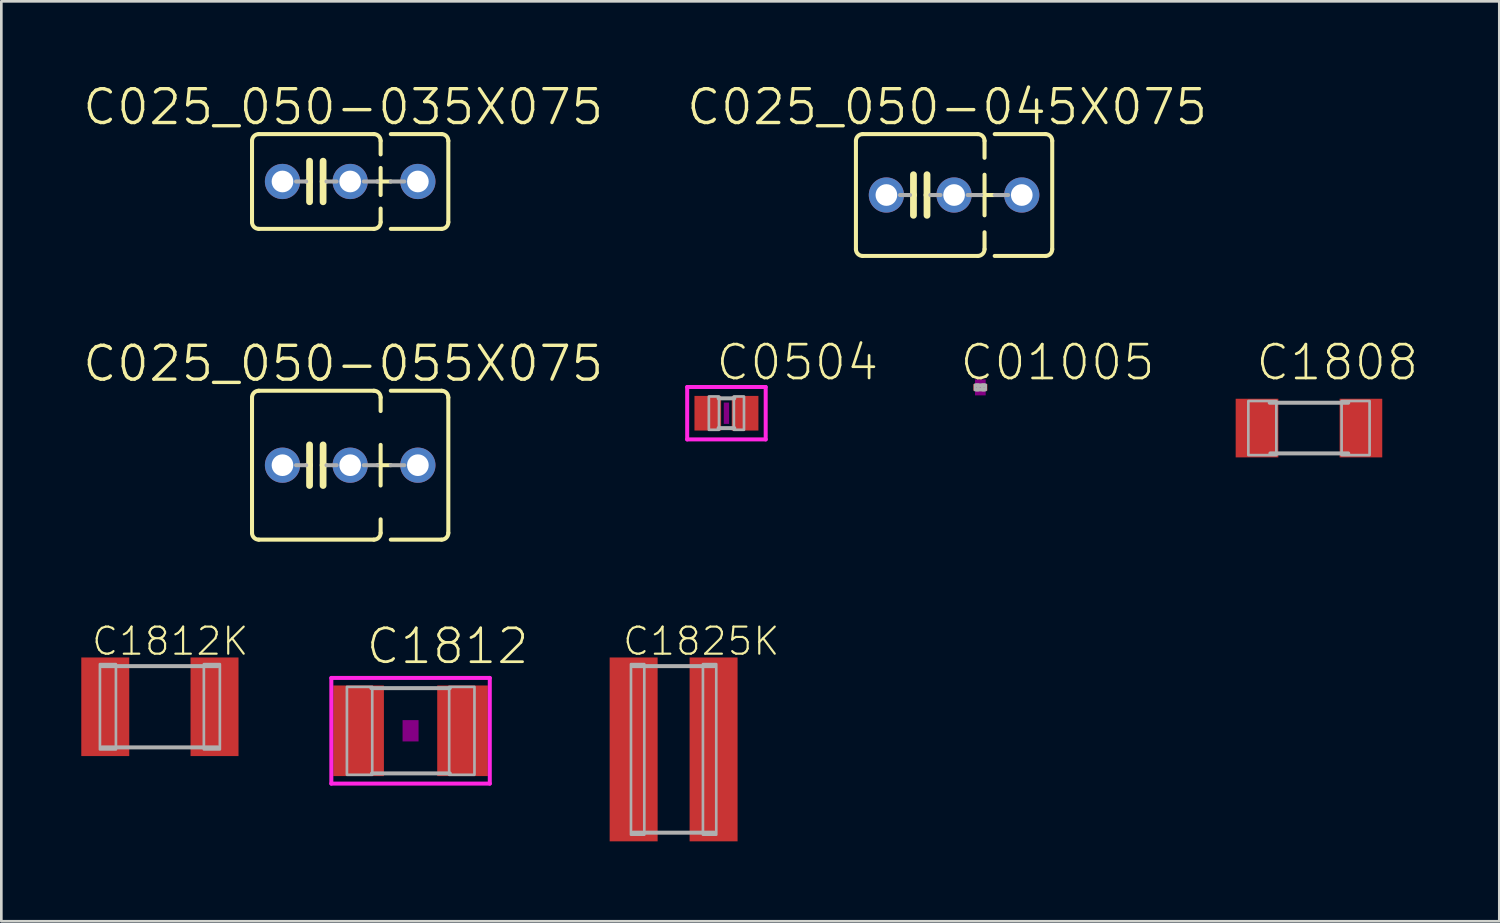
<source format=kicad_pcb>
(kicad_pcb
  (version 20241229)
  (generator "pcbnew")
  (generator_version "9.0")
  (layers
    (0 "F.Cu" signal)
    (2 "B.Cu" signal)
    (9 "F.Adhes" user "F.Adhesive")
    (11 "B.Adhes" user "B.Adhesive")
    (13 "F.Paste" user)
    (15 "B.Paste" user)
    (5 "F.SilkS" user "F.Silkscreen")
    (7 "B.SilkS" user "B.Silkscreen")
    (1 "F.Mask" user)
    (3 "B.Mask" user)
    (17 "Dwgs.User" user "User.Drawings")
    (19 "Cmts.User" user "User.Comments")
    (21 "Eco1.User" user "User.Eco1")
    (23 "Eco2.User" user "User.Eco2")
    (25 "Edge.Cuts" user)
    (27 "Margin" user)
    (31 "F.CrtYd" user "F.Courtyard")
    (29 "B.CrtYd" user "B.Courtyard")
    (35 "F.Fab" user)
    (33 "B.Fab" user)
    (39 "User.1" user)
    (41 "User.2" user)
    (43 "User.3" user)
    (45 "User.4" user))
  (footprint "C0504"
    (layer "F.Cu")
    (at 24.209 12.456)
    (property "Reference" "C0504" (at 2.661 -1.905 0) (layer "F.SilkS") (effects (font (size 1.27 1.27) (thickness 0.102))))
    (attr through_hole)
    (fp_poly (pts (xy -0.1 -0.4) (xy 0.1 -0.4) (xy 0.1 0.4) (xy -0.1 0.4)) (stroke (width 0) (type solid)) (fill yes) (layer "F.Adhes"))
    (fp_line (start -1.473 -0.983) (end 1.473 -0.983) (stroke (width 0.15) (type solid)) (layer "F.CrtYd"))
    (fp_line (start -1.473 0.983) (end -1.473 -0.983) (stroke (width 0.15) (type solid)) (layer "F.CrtYd"))
    (fp_line (start 1.473 -0.983) (end 1.473 0.983) (stroke (width 0.15) (type solid)) (layer "F.CrtYd"))
    (fp_line (start 1.473 0.983) (end -1.473 0.983) (stroke (width 0.15) (type solid)) (layer "F.CrtYd"))
    (fp_line (start -0.294 -0.559) (end 0.294 -0.559) (stroke (width 0.15) (type solid)) (layer "F.Fab"))
    (fp_line (start -0.294 0.559) (end 0.294 0.559) (stroke (width 0.15) (type solid)) (layer "F.Fab"))
    (fp_poly (pts (xy -0.66 -0.628) (xy -0.28 -0.628) (xy -0.28 0.622) (xy -0.66 0.622)) (stroke (width 0.1) (type solid)) (fill no) (layer "F.Fab"))
    (fp_poly (pts (xy 0.279 -0.628) (xy 0.659 -0.628) (xy 0.659 0.622) (xy 0.279 0.622)) (stroke (width 0.1) (type solid)) (fill no) (layer "F.Fab"))
    (pad "1" smd rect (at -0.7 0) (size 1 1.3) (layers "F.Cu" "F.Mask" "F.Paste"))
    (pad "2" smd rect (at 0.7 0) (size 1 1.3) (layers "F.Cu" "F.Mask" "F.Paste")))
  (footprint "C1825K"
    (layer "F.Cu")
    (at 22.227 25.071)
    (property "Reference" "C1825K" (at 1.037 -4.058 0) (layer "F.SilkS") (effects (font (size 1.016 1.016) (thickness 0.081))))
    (attr through_hole)
    (fp_line (start -1.525 -3.125) (end 1.525 -3.125) (stroke (width 0.15) (type solid)) (layer "F.Fab"))
    (fp_line (start 1.525 3.125) (end -1.525 3.125) (stroke (width 0.15) (type solid)) (layer "F.Fab"))
    (fp_poly (pts (xy -1.6 -3.2) (xy -1.1 -3.2) (xy -1.1 3.2) (xy -1.6 3.2)) (stroke (width 0.1) (type solid)) (fill no) (layer "F.Fab"))
    (fp_poly (pts (xy 1.1 -3.2) (xy 1.6 -3.2) (xy 1.6 3.2) (xy 1.1 3.2)) (stroke (width 0.1) (type solid)) (fill no) (layer "F.Fab"))
    (pad "1" smd rect (at -1.5 0) (size 1.8 6.9) (layers "F.Cu" "F.Mask" "F.Paste"))
    (pad "2" smd rect (at 1.5 0) (size 1.8 6.9) (layers "F.Cu" "F.Mask" "F.Paste")))
  (footprint "C1812K"
    (layer "F.Cu")
    (at 2.95 23.471)
    (property "Reference" "C1812K" (at 0.387 -2.458 0) (layer "F.SilkS") (effects (font (size 1.016 1.016) (thickness 0.081))))
    (attr through_hole)
    (fp_line (start -2.175 -1.525) (end 2.175 -1.525) (stroke (width 0.15) (type solid)) (layer "F.Fab"))
    (fp_line (start 2.175 1.525) (end -2.175 1.525) (stroke (width 0.15) (type solid)) (layer "F.Fab"))
    (fp_poly (pts (xy -2.25 -1.6) (xy -1.65 -1.6) (xy -1.65 1.6) (xy -2.25 1.6)) (stroke (width 0.1) (type solid)) (fill no) (layer "F.Fab"))
    (fp_poly (pts (xy 1.65 -1.6) (xy 2.25 -1.6) (xy 2.25 1.6) (xy 1.65 1.6)) (stroke (width 0.1) (type solid)) (fill no) (layer "F.Fab"))
    (pad "1" smd rect (at -2.05 0) (size 1.8 3.7) (layers "F.Cu" "F.Mask" "F.Paste"))
    (pad "2" smd rect (at 2.05 0) (size 1.8 3.7) (layers "F.Cu" "F.Mask" "F.Paste")))
  (footprint "C025_050-035X075"
    (layer "F.Cu")
    (at 8.82 3.76)
    (property "Reference" "C025_050-035X075" (at 1.01 -2.794 0) (layer "F.SilkS") (effects (font (size 1.27 1.27) (thickness 0.127))))
    (attr through_hole)
    (fp_line (start -2.413 -1.524) (end -2.413 1.524) (stroke (width 0.152) (type solid)) (layer "F.SilkS"))
    (fp_line (start -2.159 -1.778) (end 2.159 -1.778) (stroke (width 0.152) (type solid)) (layer "F.SilkS"))
    (fp_line (start -0.254 -0.762) (end -0.254 0) (stroke (width 0.254) (type solid)) (layer "F.SilkS"))
    (fp_line (start -0.254 0) (end -0.381 0) (stroke (width 0.152) (type solid)) (layer "F.SilkS"))
    (fp_line (start -0.254 0) (end -0.254 0.762) (stroke (width 0.254) (type solid)) (layer "F.SilkS"))
    (fp_line (start 0.254 0) (end 0.254 -0.762) (stroke (width 0.254) (type solid)) (layer "F.SilkS"))
    (fp_line (start 0.254 0) (end 0.254 0.762) (stroke (width 0.254) (type solid)) (layer "F.SilkS"))
    (fp_line (start 0.381 0) (end 0.254 0) (stroke (width 0.152) (type solid)) (layer "F.SilkS"))
    (fp_line (start 2.159 1.778) (end -2.159 1.778) (stroke (width 0.152) (type solid)) (layer "F.SilkS"))
    (fp_line (start 2.286 0) (end 2.794 0) (stroke (width 0.152) (type solid)) (layer "F.SilkS"))
    (fp_line (start 2.413 -1.524) (end 2.413 -1.016) (stroke (width 0.152) (type solid)) (layer "F.SilkS"))
    (fp_line (start 2.413 -0.508) (end 2.413 0.508) (stroke (width 0.152) (type solid)) (layer "F.SilkS"))
    (fp_line (start 2.413 1.016) (end 2.413 1.524) (stroke (width 0.152) (type solid)) (layer "F.SilkS"))
    (fp_line (start 2.794 -1.778) (end 4.699 -1.778) (stroke (width 0.152) (type solid)) (layer "F.SilkS"))
    (fp_line (start 4.699 1.778) (end 2.794 1.778) (stroke (width 0.152) (type solid)) (layer "F.SilkS"))
    (fp_line (start 4.953 -1.524) (end 4.953 1.524) (stroke (width 0.152) (type solid)) (layer "F.SilkS"))
    (fp_arc (start -2.413 -1.524) (mid -2.338605 -1.703605) (end -2.159 -1.778) (stroke (width 0.1524) (type solid)) (layer "F.SilkS"))
    (fp_arc (start -2.159 1.778) (mid -2.338605 1.703605) (end -2.413 1.524) (stroke (width 0.1524) (type solid)) (layer "F.SilkS"))
    (fp_arc (start 2.159 -1.778) (mid 2.338605 -1.703605) (end 2.413 -1.524) (stroke (width 0.1524) (type solid)) (layer "F.SilkS"))
    (fp_arc (start 2.413 1.524) (mid 2.338605 1.703605) (end 2.159 1.778) (stroke (width 0.1524) (type solid)) (layer "F.SilkS"))
    (fp_arc (start 4.699 -1.778) (mid 4.878605 -1.703605) (end 4.953 -1.524) (stroke (width 0.1524) (type solid)) (layer "F.SilkS"))
    (fp_arc (start 4.953 1.524) (mid 4.878605 1.703605) (end 4.699 1.778) (stroke (width 0.1524) (type solid)) (layer "F.SilkS"))
    (fp_line (start -0.381 0) (end -0.762 0) (stroke (width 0.152) (type solid)) (layer "F.Fab"))
    (fp_line (start 0.381 0) (end 0.762 0) (stroke (width 0.152) (type solid)) (layer "F.Fab"))
    (fp_line (start 2.286 0) (end 1.778 0) (stroke (width 0.152) (type solid)) (layer "F.Fab"))
    (fp_line (start 2.794 0) (end 3.302 0) (stroke (width 0.152) (type solid)) (layer "F.Fab"))
    (pad "1" thru_hole circle (at -1.27 0) (size 1.321 1.321) (drill 0.813) (layers "*.Cu" "*.Mask"))
    (pad "2" thru_hole circle (at 1.27 0) (size 1.321 1.321) (drill 0.813) (layers "*.Cu" "*.Mask"))
    (pad "3" thru_hole circle (at 3.81 0) (size 1.321 1.321) (drill 0.813) (layers "*.Cu" "*.Mask")))
  (footprint "C01005"
    (layer "F.Cu")
    (at 33.737 11.486)
    (property "Reference" "C01005" (at 2.896 -0.935 0) (layer "F.SilkS") (effects (font (size 1.27 1.27) (thickness 0.102))))
    (attr through_hole)
    (fp_poly (pts (xy -0.2 -0.3) (xy 0.2 -0.3) (xy 0.2 0.3) (xy -0.2 0.3)) (stroke (width 0) (type solid)) (fill yes) (layer "F.Adhes"))
    (fp_poly (pts (xy -0.2 -0.1) (xy -0.075 -0.1) (xy -0.075 0.1) (xy -0.2 0.1)) (stroke (width 0.1) (type solid)) (fill no) (layer "F.Fab"))
    (fp_poly (pts (xy -0.15 -0.1) (xy 0.15 -0.1) (xy 0.15 -0.05) (xy -0.15 -0.05)) (stroke (width 0.1) (type solid)) (fill no) (layer "F.Fab"))
    (fp_poly (pts (xy -0.15 0.05) (xy 0.15 0.05) (xy 0.15 0.1) (xy -0.15 0.1)) (stroke (width 0.1) (type solid)) (fill no) (layer "F.Fab"))
    (fp_poly (pts (xy 0.075 -0.1) (xy 0.2 -0.1) (xy 0.2 0.1) (xy 0.075 0.1)) (stroke (width 0.1) (type solid)) (fill no) (layer "F.Fab"))
    (pad "1" smd rect (at -0.163 0) (size 0.2 0.25) (layers "F.Cu" "F.Mask" "F.Paste"))
    (pad "2" smd rect (at 0.163 0) (size 0.2 0.25) (layers "F.Cu" "F.Mask" "F.Paste")))
  (footprint "C025_050-055X075"
    (layer "F.Cu")
    (at 8.82 14.406)
    (property "Reference" "C025_050-055X075" (at 1.01 -3.81 0) (layer "F.SilkS") (effects (font (size 1.27 1.27) (thickness 0.127))))
    (attr through_hole)
    (fp_line (start -2.413 -2.54) (end -2.413 2.54) (stroke (width 0.152) (type solid)) (layer "F.SilkS"))
    (fp_line (start -2.159 -2.794) (end 2.159 -2.794) (stroke (width 0.152) (type solid)) (layer "F.SilkS"))
    (fp_line (start -0.254 -0.762) (end -0.254 0) (stroke (width 0.254) (type solid)) (layer "F.SilkS"))
    (fp_line (start -0.254 0) (end -0.381 0) (stroke (width 0.152) (type solid)) (layer "F.SilkS"))
    (fp_line (start -0.254 0) (end -0.254 0.762) (stroke (width 0.254) (type solid)) (layer "F.SilkS"))
    (fp_line (start 0.254 0) (end 0.254 -0.762) (stroke (width 0.254) (type solid)) (layer "F.SilkS"))
    (fp_line (start 0.254 0) (end 0.254 0.762) (stroke (width 0.254) (type solid)) (layer "F.SilkS"))
    (fp_line (start 0.381 0) (end 0.254 0) (stroke (width 0.152) (type solid)) (layer "F.SilkS"))
    (fp_line (start 2.159 2.794) (end -2.159 2.794) (stroke (width 0.152) (type solid)) (layer "F.SilkS"))
    (fp_line (start 2.286 0) (end 2.794 0) (stroke (width 0.152) (type solid)) (layer "F.SilkS"))
    (fp_line (start 2.413 -2.54) (end 2.413 -2.032) (stroke (width 0.152) (type solid)) (layer "F.SilkS"))
    (fp_line (start 2.413 -0.762) (end 2.413 0.762) (stroke (width 0.152) (type solid)) (layer "F.SilkS"))
    (fp_line (start 2.413 2.032) (end 2.413 2.54) (stroke (width 0.152) (type solid)) (layer "F.SilkS"))
    (fp_line (start 2.794 -2.794) (end 4.699 -2.794) (stroke (width 0.152) (type solid)) (layer "F.SilkS"))
    (fp_line (start 4.699 2.794) (end 2.794 2.794) (stroke (width 0.152) (type solid)) (layer "F.SilkS"))
    (fp_line (start 4.953 -2.54) (end 4.953 2.54) (stroke (width 0.152) (type solid)) (layer "F.SilkS"))
    (fp_arc (start -2.413 -2.54) (mid -2.338605 -2.719605) (end -2.159 -2.794) (stroke (width 0.1524) (type solid)) (layer "F.SilkS"))
    (fp_arc (start -2.159 2.794) (mid -2.338605 2.719605) (end -2.413 2.54) (stroke (width 0.1524) (type solid)) (layer "F.SilkS"))
    (fp_arc (start 2.159 -2.794) (mid 2.338605 -2.719605) (end 2.413 -2.54) (stroke (width 0.1524) (type solid)) (layer "F.SilkS"))
    (fp_arc (start 2.413 2.54) (mid 2.338605 2.719605) (end 2.159 2.794) (stroke (width 0.1524) (type solid)) (layer "F.SilkS"))
    (fp_arc (start 4.699 -2.794) (mid 4.878605 -2.719605) (end 4.953 -2.54) (stroke (width 0.1524) (type solid)) (layer "F.SilkS"))
    (fp_arc (start 4.953 2.54) (mid 4.878605 2.719605) (end 4.699 2.794) (stroke (width 0.1524) (type solid)) (layer "F.SilkS"))
    (fp_line (start -0.381 0) (end -0.762 0) (stroke (width 0.152) (type solid)) (layer "F.Fab"))
    (fp_line (start 0.381 0) (end 0.762 0) (stroke (width 0.152) (type solid)) (layer "F.Fab"))
    (fp_line (start 1.778 0) (end 2.286 0) (stroke (width 0.152) (type solid)) (layer "F.Fab"))
    (fp_line (start 2.794 0) (end 3.302 0) (stroke (width 0.152) (type solid)) (layer "F.Fab"))
    (pad "1" thru_hole circle (at -1.27 0) (size 1.321 1.321) (drill 0.813) (layers "*.Cu" "*.Mask"))
    (pad "2" thru_hole circle (at 1.27 0) (size 1.321 1.321) (drill 0.813) (layers "*.Cu" "*.Mask"))
    (pad "3" thru_hole circle (at 3.81 0) (size 1.321 1.321) (drill 0.813) (layers "*.Cu" "*.Mask")))
  (footprint "C1812"
    (layer "F.Cu")
    (at 12.356 24.372)
    (property "Reference" "C1812" (at 1.391 -3.175 0) (layer "F.SilkS") (effects (font (size 1.27 1.27) (thickness 0.102))))
    (attr through_hole)
    (fp_poly (pts (xy -0.3 -0.4) (xy 0.3 -0.4) (xy 0.3 0.4) (xy -0.3 0.4)) (stroke (width 0) (type solid)) (fill yes) (layer "F.Adhes"))
    (fp_line (start -2.973 -1.983) (end 2.973 -1.983) (stroke (width 0.15) (type solid)) (layer "F.CrtYd"))
    (fp_line (start -2.973 1.983) (end -2.973 -1.983) (stroke (width 0.15) (type solid)) (layer "F.CrtYd"))
    (fp_line (start 2.973 -1.983) (end 2.973 1.983) (stroke (width 0.15) (type solid)) (layer "F.CrtYd"))
    (fp_line (start 2.973 1.983) (end -2.973 1.983) (stroke (width 0.15) (type solid)) (layer "F.CrtYd"))
    (fp_line (start -1.473 -1.6) (end 1.473 -1.6) (stroke (width 0.15) (type solid)) (layer "F.Fab"))
    (fp_line (start -1.448 1.6) (end 1.473 1.6) (stroke (width 0.15) (type solid)) (layer "F.Fab"))
    (fp_poly (pts (xy -2.388 -1.649) (xy -1.438 -1.649) (xy -1.438 1.651) (xy -2.388 1.651)) (stroke (width 0.1) (type solid)) (fill no) (layer "F.Fab"))
    (fp_poly (pts (xy 1.448 -1.649) (xy 2.398 -1.649) (xy 2.398 1.651) (xy 1.448 1.651)) (stroke (width 0.1) (type solid)) (fill no) (layer "F.Fab"))
    (pad "1" smd rect (at -1.95 0) (size 1.9 3.4) (layers "F.Cu" "F.Mask" "F.Paste"))
    (pad "2" smd rect (at 1.95 0) (size 1.9 3.4) (layers "F.Cu" "F.Mask" "F.Paste")))
  (footprint "C1808"
    (layer "F.Cu")
    (at 46.068 13.013)
    (property "Reference" "C1808" (at 1.063 -2.462 0) (layer "F.SilkS") (effects (font (size 1.27 1.27) (thickness 0.102))))
    (attr through_hole)
    (fp_line (start -1.473 -0.95) (end 1.473 -0.95) (stroke (width 0.15) (type solid)) (layer "F.Fab"))
    (fp_line (start -1.448 0.95) (end 1.473 0.95) (stroke (width 0.15) (type solid)) (layer "F.Fab"))
    (fp_poly (pts (xy -2.275 -1.015) (xy -1.225 -1.015) (xy -1.225 1.015) (xy -2.275 1.015)) (stroke (width 0.1) (type solid)) (fill no) (layer "F.Fab"))
    (fp_poly (pts (xy 1.225 -1.015) (xy 2.275 -1.015) (xy 2.275 1.015) (xy 1.225 1.015)) (stroke (width 0.1) (type solid)) (fill no) (layer "F.Fab"))
    (pad "1" smd rect (at -1.95 0) (size 1.6 2.2) (layers "F.Cu" "F.Mask" "F.Paste"))
    (pad "2" smd rect (at 1.95 0) (size 1.6 2.2) (layers "F.Cu" "F.Mask" "F.Paste")))
  (footprint "C025_050-045X075"
    (layer "F.Cu")
    (at 31.481 4.268)
    (property "Reference" "C025_050-045X075" (at 1.01 -3.302 0) (layer "F.SilkS") (effects (font (size 1.27 1.27) (thickness 0.127))))
    (attr through_hole)
    (fp_line (start -2.413 -2.032) (end -2.413 2.032) (stroke (width 0.152) (type solid)) (layer "F.SilkS"))
    (fp_line (start -2.159 -2.286) (end 2.159 -2.286) (stroke (width 0.152) (type solid)) (layer "F.SilkS"))
    (fp_line (start -0.254 -0.762) (end -0.254 0) (stroke (width 0.254) (type solid)) (layer "F.SilkS"))
    (fp_line (start -0.254 0) (end -0.381 0) (stroke (width 0.152) (type solid)) (layer "F.SilkS"))
    (fp_line (start -0.254 0) (end -0.254 0.762) (stroke (width 0.254) (type solid)) (layer "F.SilkS"))
    (fp_line (start 0.254 0) (end 0.254 -0.762) (stroke (width 0.254) (type solid)) (layer "F.SilkS"))
    (fp_line (start 0.254 0) (end 0.254 0.762) (stroke (width 0.254) (type solid)) (layer "F.SilkS"))
    (fp_line (start 0.381 0) (end 0.254 0) (stroke (width 0.152) (type solid)) (layer "F.SilkS"))
    (fp_line (start 2.159 2.286) (end -2.159 2.286) (stroke (width 0.152) (type solid)) (layer "F.SilkS"))
    (fp_line (start 2.286 0) (end 2.794 0) (stroke (width 0.152) (type solid)) (layer "F.SilkS"))
    (fp_line (start 2.413 -2.032) (end 2.413 -1.397) (stroke (width 0.152) (type solid)) (layer "F.SilkS"))
    (fp_line (start 2.413 -0.762) (end 2.413 0.762) (stroke (width 0.152) (type solid)) (layer "F.SilkS"))
    (fp_line (start 2.413 1.397) (end 2.413 2.032) (stroke (width 0.152) (type solid)) (layer "F.SilkS"))
    (fp_line (start 2.794 -2.286) (end 4.699 -2.286) (stroke (width 0.152) (type solid)) (layer "F.SilkS"))
    (fp_line (start 4.699 2.286) (end 2.794 2.286) (stroke (width 0.152) (type solid)) (layer "F.SilkS"))
    (fp_line (start 4.953 -2.032) (end 4.953 2.032) (stroke (width 0.152) (type solid)) (layer "F.SilkS"))
    (fp_arc (start -2.413 -2.032) (mid -2.338605 -2.211605) (end -2.159 -2.286) (stroke (width 0.1524) (type solid)) (layer "F.SilkS"))
    (fp_arc (start -2.159 2.286) (mid -2.338605 2.211605) (end -2.413 2.032) (stroke (width 0.1524) (type solid)) (layer "F.SilkS"))
    (fp_arc (start 2.159 -2.286) (mid 2.338605 -2.211605) (end 2.413 -2.032) (stroke (width 0.1524) (type solid)) (layer "F.SilkS"))
    (fp_arc (start 2.413 2.032) (mid 2.338605 2.211605) (end 2.159 2.286) (stroke (width 0.1524) (type solid)) (layer "F.SilkS"))
    (fp_arc (start 4.699 -2.286) (mid 4.878605 -2.211605) (end 4.953 -2.032) (stroke (width 0.1524) (type solid)) (layer "F.SilkS"))
    (fp_arc (start 4.953 2.032) (mid 4.878605 2.211605) (end 4.699 2.286) (stroke (width 0.1524) (type solid)) (layer "F.SilkS"))
    (fp_line (start -0.381 0) (end -0.762 0) (stroke (width 0.152) (type solid)) (layer "F.Fab"))
    (fp_line (start 0.381 0) (end 0.762 0) (stroke (width 0.152) (type solid)) (layer "F.Fab"))
    (fp_line (start 2.286 0) (end 1.778 0) (stroke (width 0.152) (type solid)) (layer "F.Fab"))
    (fp_line (start 2.794 0) (end 3.302 0) (stroke (width 0.152) (type solid)) (layer "F.Fab"))
    (pad "1" thru_hole circle (at -1.27 0) (size 1.321 1.321) (drill 0.813) (layers "*.Cu" "*.Mask"))
    (pad "2" thru_hole circle (at 1.27 0) (size 1.321 1.321) (drill 0.813) (layers "*.Cu" "*.Mask"))
    (pad "3" thru_hole circle (at 3.81 0) (size 1.321 1.321) (drill 0.813) (layers "*.Cu" "*.Mask")))
  (gr_rect
    (start -3 -3)
    (end 53.21 31.521)
    (stroke (width 0.1) (type default))
    (fill no)
    (layer "Edge.Cuts")))
</source>
